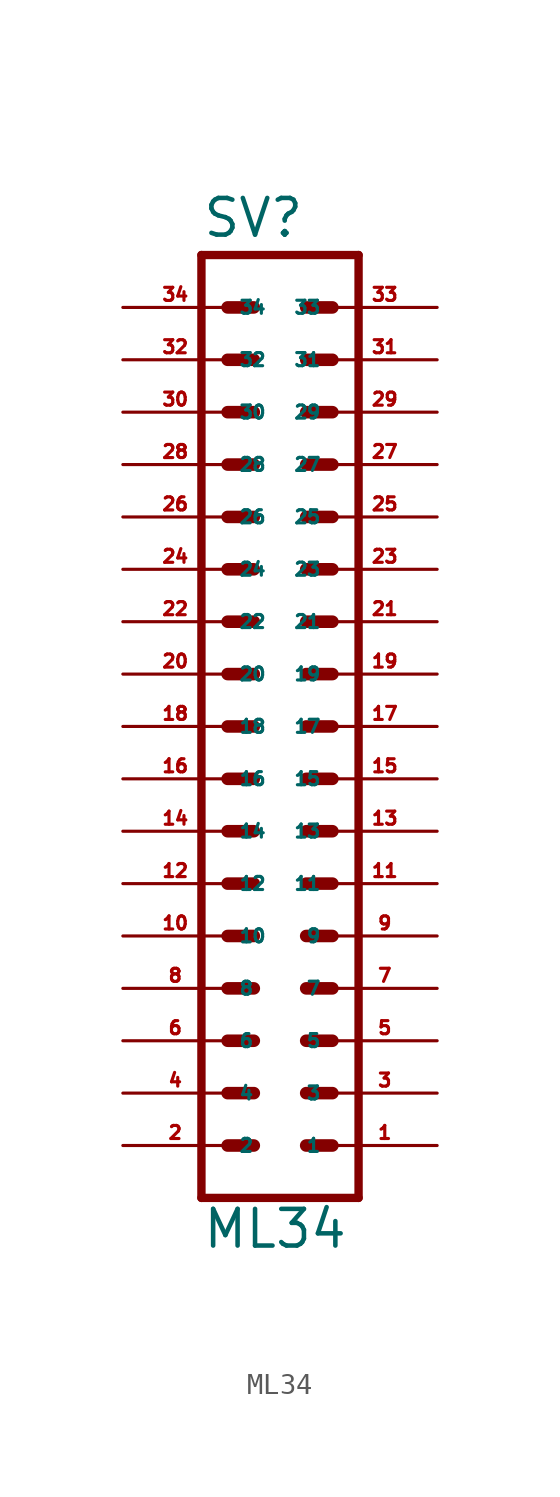
<source format=kicad_sym>
(kicad_symbol_lib
  (version 20220914)
  (generator Eagle2Kicad)
  (symbol "ML34"
    (property "Reference" "SV"
      (at -3.81 23.622 0)
      (effects (font (size 1.778 1.778) (thickness 0.22)) (justify left bottom)))
    (property "Value" "ML34"
      (at -3.81 -25.4 0)
      (effects (font (size 1.778 1.778) (thickness 0.22)) (justify left bottom)))
    (polyline
      (pts (xy 3.81 -22.86) (xy -3.81 -22.86))
      (stroke (width 0.406) (type default))
      (fill (type none)))
    (polyline
      (pts (xy -3.81 22.86) (xy -3.81 -22.86))
      (stroke (width 0.406) (type default))
      (fill (type none)))
    (polyline
      (pts (xy -3.81 22.86) (xy 3.81 22.86))
      (stroke (width 0.406) (type default))
      (fill (type none)))
    (polyline
      (pts (xy 3.81 -22.86) (xy 3.81 22.86))
      (stroke (width 0.406) (type default))
      (fill (type none)))
    (polyline
      (pts (xy 1.27 -10.16) (xy 2.54 -10.16))
      (stroke (width 0.61) (type default))
      (fill (type none)))
    (polyline
      (pts (xy 1.27 -12.7) (xy 2.54 -12.7))
      (stroke (width 0.61) (type default))
      (fill (type none)))
    (polyline
      (pts (xy 1.27 -15.24) (xy 2.54 -15.24))
      (stroke (width 0.61) (type default))
      (fill (type none)))
    (polyline
      (pts (xy 1.27 -17.78) (xy 2.54 -17.78))
      (stroke (width 0.61) (type default))
      (fill (type none)))
    (polyline
      (pts (xy 1.27 -20.32) (xy 2.54 -20.32))
      (stroke (width 0.61) (type default))
      (fill (type none)))
    (polyline
      (pts (xy -2.54 -10.16) (xy -1.27 -10.16))
      (stroke (width 0.61) (type default))
      (fill (type none)))
    (polyline
      (pts (xy -2.54 -12.7) (xy -1.27 -12.7))
      (stroke (width 0.61) (type default))
      (fill (type none)))
    (polyline
      (pts (xy -2.54 -15.24) (xy -1.27 -15.24))
      (stroke (width 0.61) (type default))
      (fill (type none)))
    (polyline
      (pts (xy -2.54 -17.78) (xy -1.27 -17.78))
      (stroke (width 0.61) (type default))
      (fill (type none)))
    (polyline
      (pts (xy -2.54 -20.32) (xy -1.27 -20.32))
      (stroke (width 0.61) (type default))
      (fill (type none)))
    (polyline
      (pts (xy 1.27 -7.62) (xy 2.54 -7.62))
      (stroke (width 0.61) (type default))
      (fill (type none)))
    (polyline
      (pts (xy 1.27 -5.08) (xy 2.54 -5.08))
      (stroke (width 0.61) (type default))
      (fill (type none)))
    (polyline
      (pts (xy 1.27 -2.54) (xy 2.54 -2.54))
      (stroke (width 0.61) (type default))
      (fill (type none)))
    (polyline
      (pts (xy 1.27 0) (xy 2.54 0))
      (stroke (width 0.61) (type default))
      (fill (type none)))
    (polyline
      (pts (xy 1.27 2.54) (xy 2.54 2.54))
      (stroke (width 0.61) (type default))
      (fill (type none)))
    (polyline
      (pts (xy -2.54 -7.62) (xy -1.27 -7.62))
      (stroke (width 0.61) (type default))
      (fill (type none)))
    (polyline
      (pts (xy -2.54 -5.08) (xy -1.27 -5.08))
      (stroke (width 0.61) (type default))
      (fill (type none)))
    (polyline
      (pts (xy -2.54 -2.54) (xy -1.27 -2.54))
      (stroke (width 0.61) (type default))
      (fill (type none)))
    (polyline
      (pts (xy -2.54 0) (xy -1.27 0))
      (stroke (width 0.61) (type default))
      (fill (type none)))
    (polyline
      (pts (xy -2.54 2.54) (xy -1.27 2.54))
      (stroke (width 0.61) (type default))
      (fill (type none)))
    (polyline
      (pts (xy 1.27 5.08) (xy 2.54 5.08))
      (stroke (width 0.61) (type default))
      (fill (type none)))
    (polyline
      (pts (xy 1.27 7.62) (xy 2.54 7.62))
      (stroke (width 0.61) (type default))
      (fill (type none)))
    (polyline
      (pts (xy 1.27 10.16) (xy 2.54 10.16))
      (stroke (width 0.61) (type default))
      (fill (type none)))
    (polyline
      (pts (xy -2.54 5.08) (xy -1.27 5.08))
      (stroke (width 0.61) (type default))
      (fill (type none)))
    (polyline
      (pts (xy -2.54 7.62) (xy -1.27 7.62))
      (stroke (width 0.61) (type default))
      (fill (type none)))
    (polyline
      (pts (xy -2.54 10.16) (xy -1.27 10.16))
      (stroke (width 0.61) (type default))
      (fill (type none)))
    (polyline
      (pts (xy 1.27 12.7) (xy 2.54 12.7))
      (stroke (width 0.61) (type default))
      (fill (type none)))
    (polyline
      (pts (xy 1.27 15.24) (xy 2.54 15.24))
      (stroke (width 0.61) (type default))
      (fill (type none)))
    (polyline
      (pts (xy 1.27 17.78) (xy 2.54 17.78))
      (stroke (width 0.61) (type default))
      (fill (type none)))
    (polyline
      (pts (xy 1.27 20.32) (xy 2.54 20.32))
      (stroke (width 0.61) (type default))
      (fill (type none)))
    (polyline
      (pts (xy -2.54 12.7) (xy -1.27 12.7))
      (stroke (width 0.61) (type default))
      (fill (type none)))
    (polyline
      (pts (xy -2.54 15.24) (xy -1.27 15.24))
      (stroke (width 0.61) (type default))
      (fill (type none)))
    (polyline
      (pts (xy -2.54 17.78) (xy -1.27 17.78))
      (stroke (width 0.61) (type default))
      (fill (type none)))
    (polyline
      (pts (xy -2.54 20.32) (xy -1.27 20.32))
      (stroke (width 0.61) (type default))
      (fill (type none)))
    (pin passive line
      (at 7.62 -20.32 180)
      (length 5.08)
      (name "1" (effects (font (size 0.635 0.635) (thickness 0.08)) (justify left bottom)))
      (number "1" (effects (font (size 0.635 0.635) (thickness 0.08)) (justify left bottom))))
    (pin passive line
      (at 7.62 -17.78 180)
      (length 5.08)
      (name "3" (effects (font (size 0.635 0.635) (thickness 0.08)) (justify left bottom)))
      (number "3" (effects (font (size 0.635 0.635) (thickness 0.08)) (justify left bottom))))
    (pin passive line
      (at 7.62 -15.24 180)
      (length 5.08)
      (name "5" (effects (font (size 0.635 0.635) (thickness 0.08)) (justify left bottom)))
      (number "5" (effects (font (size 0.635 0.635) (thickness 0.08)) (justify left bottom))))
    (pin passive line
      (at 7.62 -12.7 180)
      (length 5.08)
      (name "7" (effects (font (size 0.635 0.635) (thickness 0.08)) (justify left bottom)))
      (number "7" (effects (font (size 0.635 0.635) (thickness 0.08)) (justify left bottom))))
    (pin passive line
      (at 7.62 -10.16 180)
      (length 5.08)
      (name "9" (effects (font (size 0.635 0.635) (thickness 0.08)) (justify left bottom)))
      (number "9" (effects (font (size 0.635 0.635) (thickness 0.08)) (justify left bottom))))
    (pin passive line
      (at 7.62 -7.62 180)
      (length 5.08)
      (name "11" (effects (font (size 0.635 0.635) (thickness 0.08)) (justify left bottom)))
      (number "11" (effects (font (size 0.635 0.635) (thickness 0.08)) (justify left bottom))))
    (pin passive line
      (at 7.62 -5.08 180)
      (length 5.08)
      (name "13" (effects (font (size 0.635 0.635) (thickness 0.08)) (justify left bottom)))
      (number "13" (effects (font (size 0.635 0.635) (thickness 0.08)) (justify left bottom))))
    (pin passive line
      (at 7.62 -2.54 180)
      (length 5.08)
      (name "15" (effects (font (size 0.635 0.635) (thickness 0.08)) (justify left bottom)))
      (number "15" (effects (font (size 0.635 0.635) (thickness 0.08)) (justify left bottom))))
    (pin passive line
      (at 7.62 0 180)
      (length 5.08)
      (name "17" (effects (font (size 0.635 0.635) (thickness 0.08)) (justify left bottom)))
      (number "17" (effects (font (size 0.635 0.635) (thickness 0.08)) (justify left bottom))))
    (pin passive line
      (at 7.62 2.54 180)
      (length 5.08)
      (name "19" (effects (font (size 0.635 0.635) (thickness 0.08)) (justify left bottom)))
      (number "19" (effects (font (size 0.635 0.635) (thickness 0.08)) (justify left bottom))))
    (pin passive line
      (at 7.62 5.08 180)
      (length 5.08)
      (name "21" (effects (font (size 0.635 0.635) (thickness 0.08)) (justify left bottom)))
      (number "21" (effects (font (size 0.635 0.635) (thickness 0.08)) (justify left bottom))))
    (pin passive line
      (at 7.62 7.62 180)
      (length 5.08)
      (name "23" (effects (font (size 0.635 0.635) (thickness 0.08)) (justify left bottom)))
      (number "23" (effects (font (size 0.635 0.635) (thickness 0.08)) (justify left bottom))))
    (pin passive line
      (at 7.62 10.16 180)
      (length 5.08)
      (name "25" (effects (font (size 0.635 0.635) (thickness 0.08)) (justify left bottom)))
      (number "25" (effects (font (size 0.635 0.635) (thickness 0.08)) (justify left bottom))))
    (pin passive line
      (at 7.62 12.7 180)
      (length 5.08)
      (name "27" (effects (font (size 0.635 0.635) (thickness 0.08)) (justify left bottom)))
      (number "27" (effects (font (size 0.635 0.635) (thickness 0.08)) (justify left bottom))))
    (pin passive line
      (at 7.62 15.24 180)
      (length 5.08)
      (name "29" (effects (font (size 0.635 0.635) (thickness 0.08)) (justify left bottom)))
      (number "29" (effects (font (size 0.635 0.635) (thickness 0.08)) (justify left bottom))))
    (pin passive line
      (at 7.62 17.78 180)
      (length 5.08)
      (name "31" (effects (font (size 0.635 0.635) (thickness 0.08)) (justify left bottom)))
      (number "31" (effects (font (size 0.635 0.635) (thickness 0.08)) (justify left bottom))))
    (pin passive line
      (at 7.62 20.32 180)
      (length 5.08)
      (name "33" (effects (font (size 0.635 0.635) (thickness 0.08)) (justify left bottom)))
      (number "33" (effects (font (size 0.635 0.635) (thickness 0.08)) (justify left bottom))))
    (pin passive line
      (at -7.62 -20.32 0)
      (length 5.08)
      (name "2" (effects (font (size 0.635 0.635) (thickness 0.08)) (justify left bottom)))
      (number "2" (effects (font (size 0.635 0.635) (thickness 0.08)) (justify left bottom))))
    (pin passive line
      (at -7.62 -17.78 0)
      (length 5.08)
      (name "4" (effects (font (size 0.635 0.635) (thickness 0.08)) (justify left bottom)))
      (number "4" (effects (font (size 0.635 0.635) (thickness 0.08)) (justify left bottom))))
    (pin passive line
      (at -7.62 -15.24 0)
      (length 5.08)
      (name "6" (effects (font (size 0.635 0.635) (thickness 0.08)) (justify left bottom)))
      (number "6" (effects (font (size 0.635 0.635) (thickness 0.08)) (justify left bottom))))
    (pin passive line
      (at -7.62 -12.7 0)
      (length 5.08)
      (name "8" (effects (font (size 0.635 0.635) (thickness 0.08)) (justify left bottom)))
      (number "8" (effects (font (size 0.635 0.635) (thickness 0.08)) (justify left bottom))))
    (pin passive line
      (at -7.62 -10.16 0)
      (length 5.08)
      (name "10" (effects (font (size 0.635 0.635) (thickness 0.08)) (justify left bottom)))
      (number "10" (effects (font (size 0.635 0.635) (thickness 0.08)) (justify left bottom))))
    (pin passive line
      (at -7.62 -7.62 0)
      (length 5.08)
      (name "12" (effects (font (size 0.635 0.635) (thickness 0.08)) (justify left bottom)))
      (number "12" (effects (font (size 0.635 0.635) (thickness 0.08)) (justify left bottom))))
    (pin passive line
      (at -7.62 -5.08 0)
      (length 5.08)
      (name "14" (effects (font (size 0.635 0.635) (thickness 0.08)) (justify left bottom)))
      (number "14" (effects (font (size 0.635 0.635) (thickness 0.08)) (justify left bottom))))
    (pin passive line
      (at -7.62 -2.54 0)
      (length 5.08)
      (name "16" (effects (font (size 0.635 0.635) (thickness 0.08)) (justify left bottom)))
      (number "16" (effects (font (size 0.635 0.635) (thickness 0.08)) (justify left bottom))))
    (pin passive line
      (at -7.62 0 0)
      (length 5.08)
      (name "18" (effects (font (size 0.635 0.635) (thickness 0.08)) (justify left bottom)))
      (number "18" (effects (font (size 0.635 0.635) (thickness 0.08)) (justify left bottom))))
    (pin passive line
      (at -7.62 2.54 0)
      (length 5.08)
      (name "20" (effects (font (size 0.635 0.635) (thickness 0.08)) (justify left bottom)))
      (number "20" (effects (font (size 0.635 0.635) (thickness 0.08)) (justify left bottom))))
    (pin passive line
      (at -7.62 5.08 0)
      (length 5.08)
      (name "22" (effects (font (size 0.635 0.635) (thickness 0.08)) (justify left bottom)))
      (number "22" (effects (font (size 0.635 0.635) (thickness 0.08)) (justify left bottom))))
    (pin passive line
      (at -7.62 7.62 0)
      (length 5.08)
      (name "24" (effects (font (size 0.635 0.635) (thickness 0.08)) (justify left bottom)))
      (number "24" (effects (font (size 0.635 0.635) (thickness 0.08)) (justify left bottom))))
    (pin passive line
      (at -7.62 10.16 0)
      (length 5.08)
      (name "26" (effects (font (size 0.635 0.635) (thickness 0.08)) (justify left bottom)))
      (number "26" (effects (font (size 0.635 0.635) (thickness 0.08)) (justify left bottom))))
    (pin passive line
      (at -7.62 12.7 0)
      (length 5.08)
      (name "28" (effects (font (size 0.635 0.635) (thickness 0.08)) (justify left bottom)))
      (number "28" (effects (font (size 0.635 0.635) (thickness 0.08)) (justify left bottom))))
    (pin passive line
      (at -7.62 15.24 0)
      (length 5.08)
      (name "30" (effects (font (size 0.635 0.635) (thickness 0.08)) (justify left bottom)))
      (number "30" (effects (font (size 0.635 0.635) (thickness 0.08)) (justify left bottom))))
    (pin passive line
      (at -7.62 17.78 0)
      (length 5.08)
      (name "32" (effects (font (size 0.635 0.635) (thickness 0.08)) (justify left bottom)))
      (number "32" (effects (font (size 0.635 0.635) (thickness 0.08)) (justify left bottom))))
    (pin passive line
      (at -7.62 20.32 0)
      (length 5.08)
      (name "34" (effects (font (size 0.635 0.635) (thickness 0.08)) (justify left bottom)))
      (number "34" (effects (font (size 0.635 0.635) (thickness 0.08)) (justify left bottom))))))
</source>
